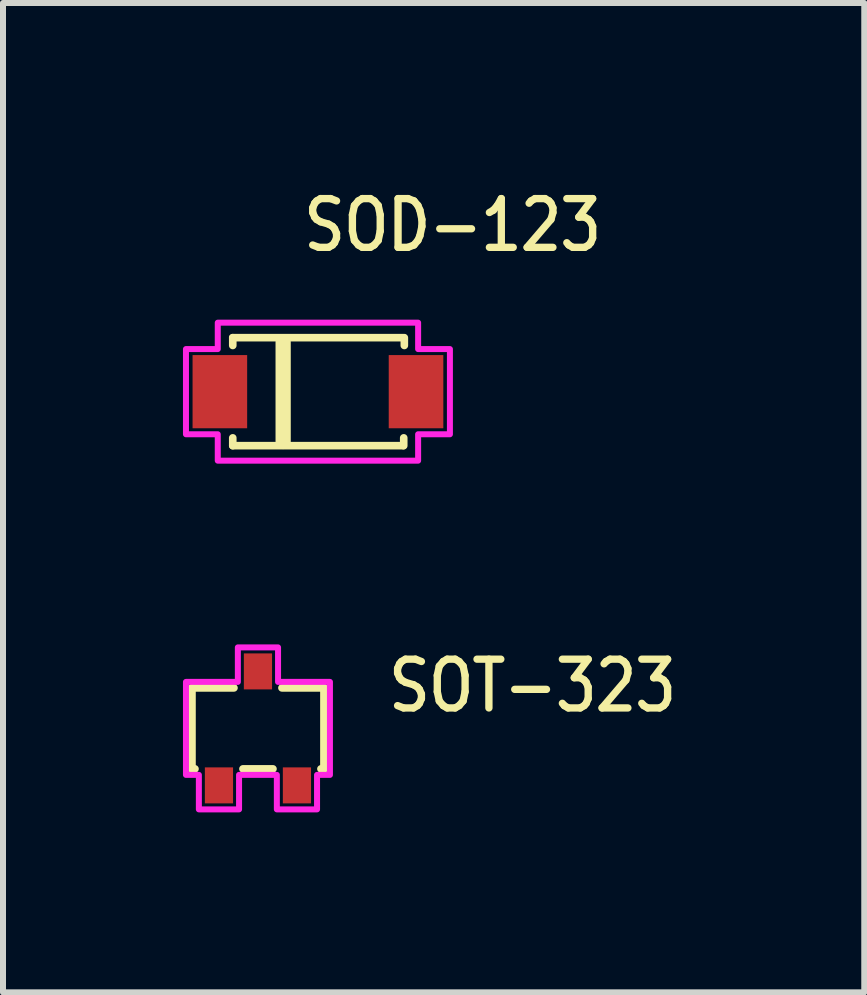
<source format=kicad_pcb>
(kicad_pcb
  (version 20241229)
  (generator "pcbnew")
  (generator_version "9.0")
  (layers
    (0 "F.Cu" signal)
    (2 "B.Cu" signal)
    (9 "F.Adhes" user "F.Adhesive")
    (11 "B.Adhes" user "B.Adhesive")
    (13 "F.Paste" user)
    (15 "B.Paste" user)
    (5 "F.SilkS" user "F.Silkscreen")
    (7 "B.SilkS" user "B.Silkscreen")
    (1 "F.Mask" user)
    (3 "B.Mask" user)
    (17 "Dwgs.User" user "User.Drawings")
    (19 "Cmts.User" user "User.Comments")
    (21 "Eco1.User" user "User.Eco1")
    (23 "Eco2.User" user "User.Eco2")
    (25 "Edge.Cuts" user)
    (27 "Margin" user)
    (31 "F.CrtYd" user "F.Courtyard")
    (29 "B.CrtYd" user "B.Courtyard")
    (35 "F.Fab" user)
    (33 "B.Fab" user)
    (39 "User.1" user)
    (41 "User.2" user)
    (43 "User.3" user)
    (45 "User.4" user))
  (footprint "SOD-123"
    (layer "F.Cu")
    (at 2.25 3.479)
    (property "Reference" "SOD-123" (at -0.3 -2.3 0) (unlocked yes) (layer "F.SilkS") (effects (font (size 0.813 0.695) (thickness 0.122)) (justify left bottom)))
    (fp_line (start -1.42 -0.9) (end -1.42 -0.77) (stroke (width 0.127) (type solid)) (layer "F.SilkS"))
    (fp_line (start -1.42 -0.9) (end 1.42 -0.9) (stroke (width 0.127) (type solid)) (layer "F.SilkS"))
    (fp_line (start -1.42 0.9) (end -1.42 0.77) (stroke (width 0.127) (type solid)) (layer "F.SilkS"))
    (fp_line (start -1.42 0.9) (end 1.42 0.9) (stroke (width 0.127) (type solid)) (layer "F.SilkS"))
    (fp_line (start -0.58 -0.83) (end -0.58 0.83) (stroke (width 0.254) (type solid)) (layer "F.SilkS"))
    (fp_line (start 1.43 0.9) (end 1.43 0.77) (stroke (width 0.127) (type solid)) (layer "F.SilkS"))
    (fp_line (start 1.44 -0.9) (end 1.44 -0.77) (stroke (width 0.127) (type solid)) (layer "F.SilkS"))
    (fp_poly (pts (xy -2.2 0.71) (xy -2.2 -0.71) (xy -1.67 -0.71) (xy -1.67 -1.15) (xy 1.67 -1.15) (xy 1.67 -0.71) (xy 2.2 -0.71) (xy 2.2 0.71) (xy 1.67 0.71) (xy 1.67 1.15) (xy -1.67 1.15) (xy -1.67 0.71)) (stroke (width 0.1) (type solid)) (fill no) (layer "F.CrtYd"))
    (pad "ANODE" smd rect (at 1.635 0) (size 0.91 1.22) (layers "F.Cu" "F.Mask" "F.Paste"))
    (pad "CATHODE" smd rect (at -1.635 0) (size 0.91 1.22) (layers "F.Cu" "F.Mask" "F.Paste")))
  (footprint "SOT-323"
    (layer "F.Cu")
    (at 1.25 9.092)
    (property "Reference" "SOT-323" (at 2.115 -0.235 0) (unlocked yes) (layer "F.SilkS") (effects (font (size 0.813 0.695) (thickness 0.122)) (justify left bottom)))
    (fp_line (start -1.1 -0.675) (end -1.1 0.675) (stroke (width 0.127) (type solid)) (layer "F.SilkS"))
    (fp_line (start -1.1 0.675) (end -1.05 0.675) (stroke (width 0.127) (type solid)) (layer "F.SilkS"))
    (fp_line (start -0.4 -0.675) (end -1.1 -0.675) (stroke (width 0.127) (type solid)) (layer "F.SilkS"))
    (fp_line (start -0.25 0.675) (end 0.25 0.675) (stroke (width 0.127) (type solid)) (layer "F.SilkS"))
    (fp_line (start 0.4 -0.675) (end 1.1 -0.675) (stroke (width 0.127) (type solid)) (layer "F.SilkS"))
    (fp_line (start 1.05 0.675) (end 1.1 0.675) (stroke (width 0.127) (type solid)) (layer "F.SilkS"))
    (fp_line (start 1.1 -0.675) (end 1.1 0.675) (stroke (width 0.127) (type solid)) (layer "F.SilkS"))
    (fp_poly (pts (xy -0.335 -0.775) (xy -0.335 -1.35) (xy 0.335 -1.35) (xy 0.335 -0.775) (xy 1.2 -0.775) (xy 1.2 0.775) (xy 0.985 0.775) (xy 0.985 1.35) (xy 0.315 1.35) (xy 0.315 0.775) (xy -0.315 0.775) (xy -0.315 1.35) (xy -0.985 1.35) (xy -0.985 0.775) (xy -1.2 0.775) (xy -1.2 -0.775)) (stroke (width 0.1) (type solid)) (fill no) (layer "F.CrtYd"))
    (pad "P$1" smd rect (at -0.65 0.95) (size 0.47 0.6) (layers "F.Cu" "F.Mask" "F.Paste"))
    (pad "P$2" smd rect (at 0.65 0.95) (size 0.47 0.6) (layers "F.Cu" "F.Mask" "F.Paste"))
    (pad "P$3" smd rect (at 0 -0.95) (size 0.47 0.6) (layers "F.Cu" "F.Mask" "F.Paste")))
  (gr_rect
    (start -3 -3)
    (end 11.357 13.492)
    (stroke (width 0.1) (type default))
    (fill no)
    (layer "Edge.Cuts")))
</source>
